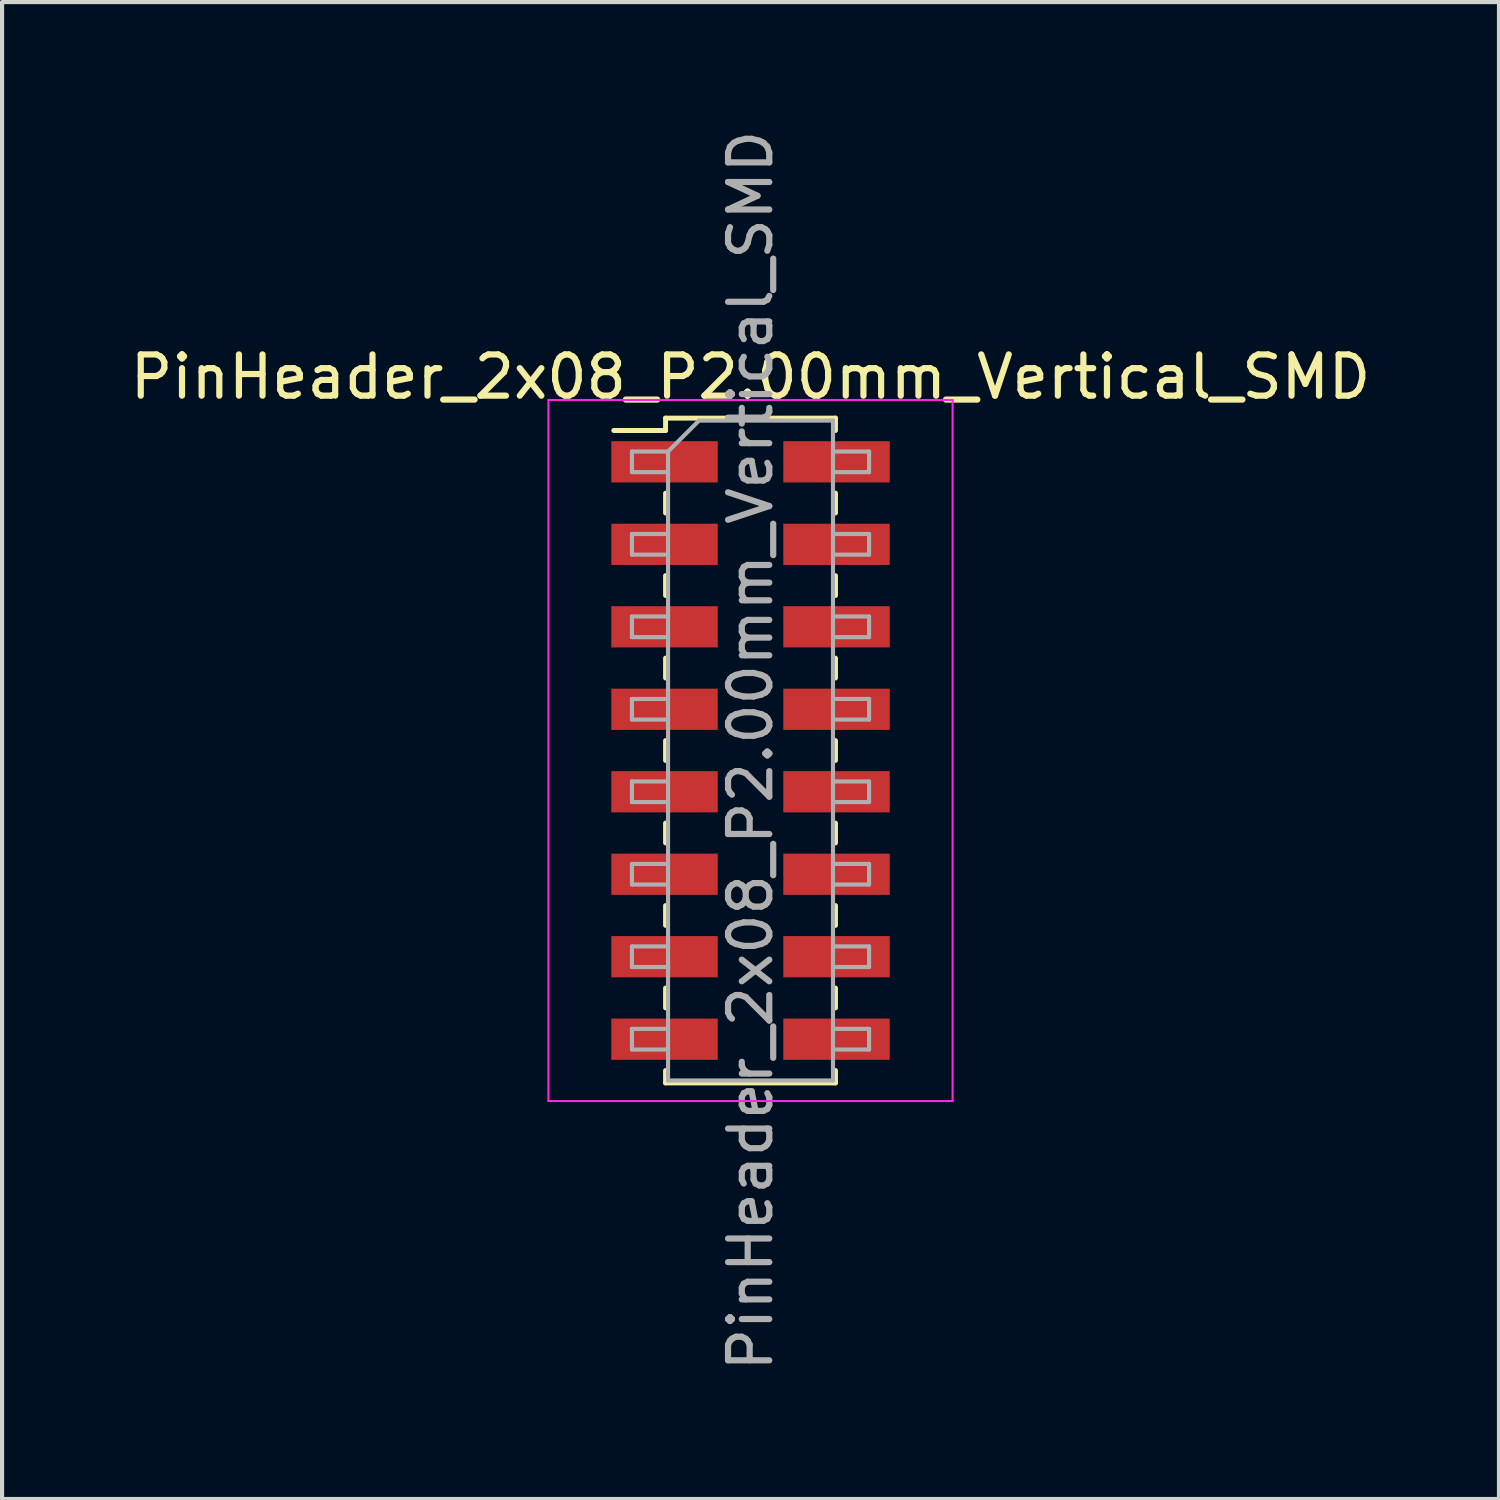
<source format=kicad_pcb>
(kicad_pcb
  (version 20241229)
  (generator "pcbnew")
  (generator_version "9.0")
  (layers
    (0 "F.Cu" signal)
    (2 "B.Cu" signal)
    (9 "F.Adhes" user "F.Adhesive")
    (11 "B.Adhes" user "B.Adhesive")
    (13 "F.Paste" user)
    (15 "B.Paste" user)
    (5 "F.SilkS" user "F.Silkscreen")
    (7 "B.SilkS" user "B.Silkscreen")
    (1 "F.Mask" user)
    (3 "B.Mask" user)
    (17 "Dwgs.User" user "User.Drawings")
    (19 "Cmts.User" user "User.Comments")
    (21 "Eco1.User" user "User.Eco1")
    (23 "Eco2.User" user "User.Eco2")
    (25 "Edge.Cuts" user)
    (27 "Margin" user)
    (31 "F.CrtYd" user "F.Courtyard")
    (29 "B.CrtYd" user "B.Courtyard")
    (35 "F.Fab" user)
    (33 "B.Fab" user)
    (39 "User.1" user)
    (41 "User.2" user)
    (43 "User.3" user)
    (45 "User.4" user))
  (footprint "PinHeader_2x08_P2.00mm_Vertical_SMD"
    (layer "F.Cu")
    (at 15.149 15.149)
    (property "Reference" "PinHeader_2x08_P2.00mm_Vertical_SMD" (at 0 -9.06 0) (layer "F.SilkS") (effects (font (size 1 1) (thickness 0.15))))
    (attr smd)
    (fp_line (start -3.315 -7.76) (end -2.06 -7.76) (stroke (width 0.12) (type solid)) (layer "F.SilkS"))
    (fp_line (start -2.06 -8.06) (end -2.06 -7.76) (stroke (width 0.12) (type solid)) (layer "F.SilkS"))
    (fp_line (start -2.06 -8.06) (end 2.06 -8.06) (stroke (width 0.12) (type solid)) (layer "F.SilkS"))
    (fp_line (start -2.06 -6.24) (end -2.06 -5.76) (stroke (width 0.12) (type solid)) (layer "F.SilkS"))
    (fp_line (start -2.06 -4.24) (end -2.06 -3.76) (stroke (width 0.12) (type solid)) (layer "F.SilkS"))
    (fp_line (start -2.06 -2.24) (end -2.06 -1.76) (stroke (width 0.12) (type solid)) (layer "F.SilkS"))
    (fp_line (start -2.06 -0.24) (end -2.06 0.24) (stroke (width 0.12) (type solid)) (layer "F.SilkS"))
    (fp_line (start -2.06 1.76) (end -2.06 2.24) (stroke (width 0.12) (type solid)) (layer "F.SilkS"))
    (fp_line (start -2.06 3.76) (end -2.06 4.24) (stroke (width 0.12) (type solid)) (layer "F.SilkS"))
    (fp_line (start -2.06 5.76) (end -2.06 6.24) (stroke (width 0.12) (type solid)) (layer "F.SilkS"))
    (fp_line (start -2.06 7.76) (end -2.06 8.06) (stroke (width 0.12) (type solid)) (layer "F.SilkS"))
    (fp_line (start -2.06 8.06) (end 2.06 8.06) (stroke (width 0.12) (type solid)) (layer "F.SilkS"))
    (fp_line (start 2.06 -8.06) (end 2.06 -7.76) (stroke (width 0.12) (type solid)) (layer "F.SilkS"))
    (fp_line (start 2.06 -6.24) (end 2.06 -5.76) (stroke (width 0.12) (type solid)) (layer "F.SilkS"))
    (fp_line (start 2.06 -4.24) (end 2.06 -3.76) (stroke (width 0.12) (type solid)) (layer "F.SilkS"))
    (fp_line (start 2.06 -2.24) (end 2.06 -1.76) (stroke (width 0.12) (type solid)) (layer "F.SilkS"))
    (fp_line (start 2.06 -0.24) (end 2.06 0.24) (stroke (width 0.12) (type solid)) (layer "F.SilkS"))
    (fp_line (start 2.06 1.76) (end 2.06 2.24) (stroke (width 0.12) (type solid)) (layer "F.SilkS"))
    (fp_line (start 2.06 3.76) (end 2.06 4.24) (stroke (width 0.12) (type solid)) (layer "F.SilkS"))
    (fp_line (start 2.06 5.76) (end 2.06 6.24) (stroke (width 0.12) (type solid)) (layer "F.SilkS"))
    (fp_line (start 2.06 7.76) (end 2.06 8.06) (stroke (width 0.12) (type solid)) (layer "F.SilkS"))
    (fp_line (start -4.9 -8.5) (end -4.9 8.5) (stroke (width 0.05) (type solid)) (layer "F.CrtYd"))
    (fp_line (start -4.9 8.5) (end 4.9 8.5) (stroke (width 0.05) (type solid)) (layer "F.CrtYd"))
    (fp_line (start 4.9 -8.5) (end -4.9 -8.5) (stroke (width 0.05) (type solid)) (layer "F.CrtYd"))
    (fp_line (start 4.9 8.5) (end 4.9 -8.5) (stroke (width 0.05) (type solid)) (layer "F.CrtYd"))
    (fp_line (start -2.875 -7.25) (end -2.875 -6.75) (stroke (width 0.1) (type solid)) (layer "F.Fab"))
    (fp_line (start -2.875 -6.75) (end -2 -6.75) (stroke (width 0.1) (type solid)) (layer "F.Fab"))
    (fp_line (start -2.875 -5.25) (end -2.875 -4.75) (stroke (width 0.1) (type solid)) (layer "F.Fab"))
    (fp_line (start -2.875 -4.75) (end -2 -4.75) (stroke (width 0.1) (type solid)) (layer "F.Fab"))
    (fp_line (start -2.875 -3.25) (end -2.875 -2.75) (stroke (width 0.1) (type solid)) (layer "F.Fab"))
    (fp_line (start -2.875 -2.75) (end -2 -2.75) (stroke (width 0.1) (type solid)) (layer "F.Fab"))
    (fp_line (start -2.875 -1.25) (end -2.875 -0.75) (stroke (width 0.1) (type solid)) (layer "F.Fab"))
    (fp_line (start -2.875 -0.75) (end -2 -0.75) (stroke (width 0.1) (type solid)) (layer "F.Fab"))
    (fp_line (start -2.875 0.75) (end -2.875 1.25) (stroke (width 0.1) (type solid)) (layer "F.Fab"))
    (fp_line (start -2.875 1.25) (end -2 1.25) (stroke (width 0.1) (type solid)) (layer "F.Fab"))
    (fp_line (start -2.875 2.75) (end -2.875 3.25) (stroke (width 0.1) (type solid)) (layer "F.Fab"))
    (fp_line (start -2.875 3.25) (end -2 3.25) (stroke (width 0.1) (type solid)) (layer "F.Fab"))
    (fp_line (start -2.875 4.75) (end -2.875 5.25) (stroke (width 0.1) (type solid)) (layer "F.Fab"))
    (fp_line (start -2.875 5.25) (end -2 5.25) (stroke (width 0.1) (type solid)) (layer "F.Fab"))
    (fp_line (start -2.875 6.75) (end -2.875 7.25) (stroke (width 0.1) (type solid)) (layer "F.Fab"))
    (fp_line (start -2.875 7.25) (end -2 7.25) (stroke (width 0.1) (type solid)) (layer "F.Fab"))
    (fp_line (start -2 -7.25) (end -2.875 -7.25) (stroke (width 0.1) (type solid)) (layer "F.Fab"))
    (fp_line (start -2 -7.25) (end -1.25 -8) (stroke (width 0.1) (type solid)) (layer "F.Fab"))
    (fp_line (start -2 -5.25) (end -2.875 -5.25) (stroke (width 0.1) (type solid)) (layer "F.Fab"))
    (fp_line (start -2 -3.25) (end -2.875 -3.25) (stroke (width 0.1) (type solid)) (layer "F.Fab"))
    (fp_line (start -2 -1.25) (end -2.875 -1.25) (stroke (width 0.1) (type solid)) (layer "F.Fab"))
    (fp_line (start -2 0.75) (end -2.875 0.75) (stroke (width 0.1) (type solid)) (layer "F.Fab"))
    (fp_line (start -2 2.75) (end -2.875 2.75) (stroke (width 0.1) (type solid)) (layer "F.Fab"))
    (fp_line (start -2 4.75) (end -2.875 4.75) (stroke (width 0.1) (type solid)) (layer "F.Fab"))
    (fp_line (start -2 6.75) (end -2.875 6.75) (stroke (width 0.1) (type solid)) (layer "F.Fab"))
    (fp_line (start -2 8) (end -2 -7.25) (stroke (width 0.1) (type solid)) (layer "F.Fab"))
    (fp_line (start -1.25 -8) (end 2 -8) (stroke (width 0.1) (type solid)) (layer "F.Fab"))
    (fp_line (start 2 -8) (end 2 8) (stroke (width 0.1) (type solid)) (layer "F.Fab"))
    (fp_line (start 2 -7.25) (end 2.875 -7.25) (stroke (width 0.1) (type solid)) (layer "F.Fab"))
    (fp_line (start 2 -5.25) (end 2.875 -5.25) (stroke (width 0.1) (type solid)) (layer "F.Fab"))
    (fp_line (start 2 -3.25) (end 2.875 -3.25) (stroke (width 0.1) (type solid)) (layer "F.Fab"))
    (fp_line (start 2 -1.25) (end 2.875 -1.25) (stroke (width 0.1) (type solid)) (layer "F.Fab"))
    (fp_line (start 2 0.75) (end 2.875 0.75) (stroke (width 0.1) (type solid)) (layer "F.Fab"))
    (fp_line (start 2 2.75) (end 2.875 2.75) (stroke (width 0.1) (type solid)) (layer "F.Fab"))
    (fp_line (start 2 4.75) (end 2.875 4.75) (stroke (width 0.1) (type solid)) (layer "F.Fab"))
    (fp_line (start 2 6.75) (end 2.875 6.75) (stroke (width 0.1) (type solid)) (layer "F.Fab"))
    (fp_line (start 2 8) (end -2 8) (stroke (width 0.1) (type solid)) (layer "F.Fab"))
    (fp_line (start 2.875 -7.25) (end 2.875 -6.75) (stroke (width 0.1) (type solid)) (layer "F.Fab"))
    (fp_line (start 2.875 -6.75) (end 2 -6.75) (stroke (width 0.1) (type solid)) (layer "F.Fab"))
    (fp_line (start 2.875 -5.25) (end 2.875 -4.75) (stroke (width 0.1) (type solid)) (layer "F.Fab"))
    (fp_line (start 2.875 -4.75) (end 2 -4.75) (stroke (width 0.1) (type solid)) (layer "F.Fab"))
    (fp_line (start 2.875 -3.25) (end 2.875 -2.75) (stroke (width 0.1) (type solid)) (layer "F.Fab"))
    (fp_line (start 2.875 -2.75) (end 2 -2.75) (stroke (width 0.1) (type solid)) (layer "F.Fab"))
    (fp_line (start 2.875 -1.25) (end 2.875 -0.75) (stroke (width 0.1) (type solid)) (layer "F.Fab"))
    (fp_line (start 2.875 -0.75) (end 2 -0.75) (stroke (width 0.1) (type solid)) (layer "F.Fab"))
    (fp_line (start 2.875 0.75) (end 2.875 1.25) (stroke (width 0.1) (type solid)) (layer "F.Fab"))
    (fp_line (start 2.875 1.25) (end 2 1.25) (stroke (width 0.1) (type solid)) (layer "F.Fab"))
    (fp_line (start 2.875 2.75) (end 2.875 3.25) (stroke (width 0.1) (type solid)) (layer "F.Fab"))
    (fp_line (start 2.875 3.25) (end 2 3.25) (stroke (width 0.1) (type solid)) (layer "F.Fab"))
    (fp_line (start 2.875 4.75) (end 2.875 5.25) (stroke (width 0.1) (type solid)) (layer "F.Fab"))
    (fp_line (start 2.875 5.25) (end 2 5.25) (stroke (width 0.1) (type solid)) (layer "F.Fab"))
    (fp_line (start 2.875 6.75) (end 2.875 7.25) (stroke (width 0.1) (type solid)) (layer "F.Fab"))
    (fp_line (start 2.875 7.25) (end 2 7.25) (stroke (width 0.1) (type solid)) (layer "F.Fab"))
    (fp_text user "${REFERENCE}" (at 0 0 90) (layer "F.Fab") (effects (font (size 1 1) (thickness 0.15))))
    (pad "1" smd rect (at -2.085 -7) (size 2.58 1) (layers "F.Cu" "F.Mask" "F.Paste"))
    (pad "2" smd rect (at 2.085 -7) (size 2.58 1) (layers "F.Cu" "F.Mask" "F.Paste"))
    (pad "3" smd rect (at -2.085 -5) (size 2.58 1) (layers "F.Cu" "F.Mask" "F.Paste"))
    (pad "4" smd rect (at 2.085 -5) (size 2.58 1) (layers "F.Cu" "F.Mask" "F.Paste"))
    (pad "5" smd rect (at -2.085 -3) (size 2.58 1) (layers "F.Cu" "F.Mask" "F.Paste"))
    (pad "6" smd rect (at 2.085 -3) (size 2.58 1) (layers "F.Cu" "F.Mask" "F.Paste"))
    (pad "7" smd rect (at -2.085 -1) (size 2.58 1) (layers "F.Cu" "F.Mask" "F.Paste"))
    (pad "8" smd rect (at 2.085 -1) (size 2.58 1) (layers "F.Cu" "F.Mask" "F.Paste"))
    (pad "9" smd rect (at -2.085 1) (size 2.58 1) (layers "F.Cu" "F.Mask" "F.Paste"))
    (pad "10" smd rect (at 2.085 1) (size 2.58 1) (layers "F.Cu" "F.Mask" "F.Paste"))
    (pad "11" smd rect (at -2.085 3) (size 2.58 1) (layers "F.Cu" "F.Mask" "F.Paste"))
    (pad "12" smd rect (at 2.085 3) (size 2.58 1) (layers "F.Cu" "F.Mask" "F.Paste"))
    (pad "13" smd rect (at -2.085 5) (size 2.58 1) (layers "F.Cu" "F.Mask" "F.Paste"))
    (pad "14" smd rect (at 2.085 5) (size 2.58 1) (layers "F.Cu" "F.Mask" "F.Paste"))
    (pad "15" smd rect (at -2.085 7) (size 2.58 1) (layers "F.Cu" "F.Mask" "F.Paste"))
    (pad "16" smd rect (at 2.085 7) (size 2.58 1) (layers "F.Cu" "F.Mask" "F.Paste")))
  (gr_rect
    (start -3 -3)
    (end 33.298 33.298)
    (stroke (width 0.1) (type default))
    (fill no)
    (layer "Edge.Cuts")))
</source>
